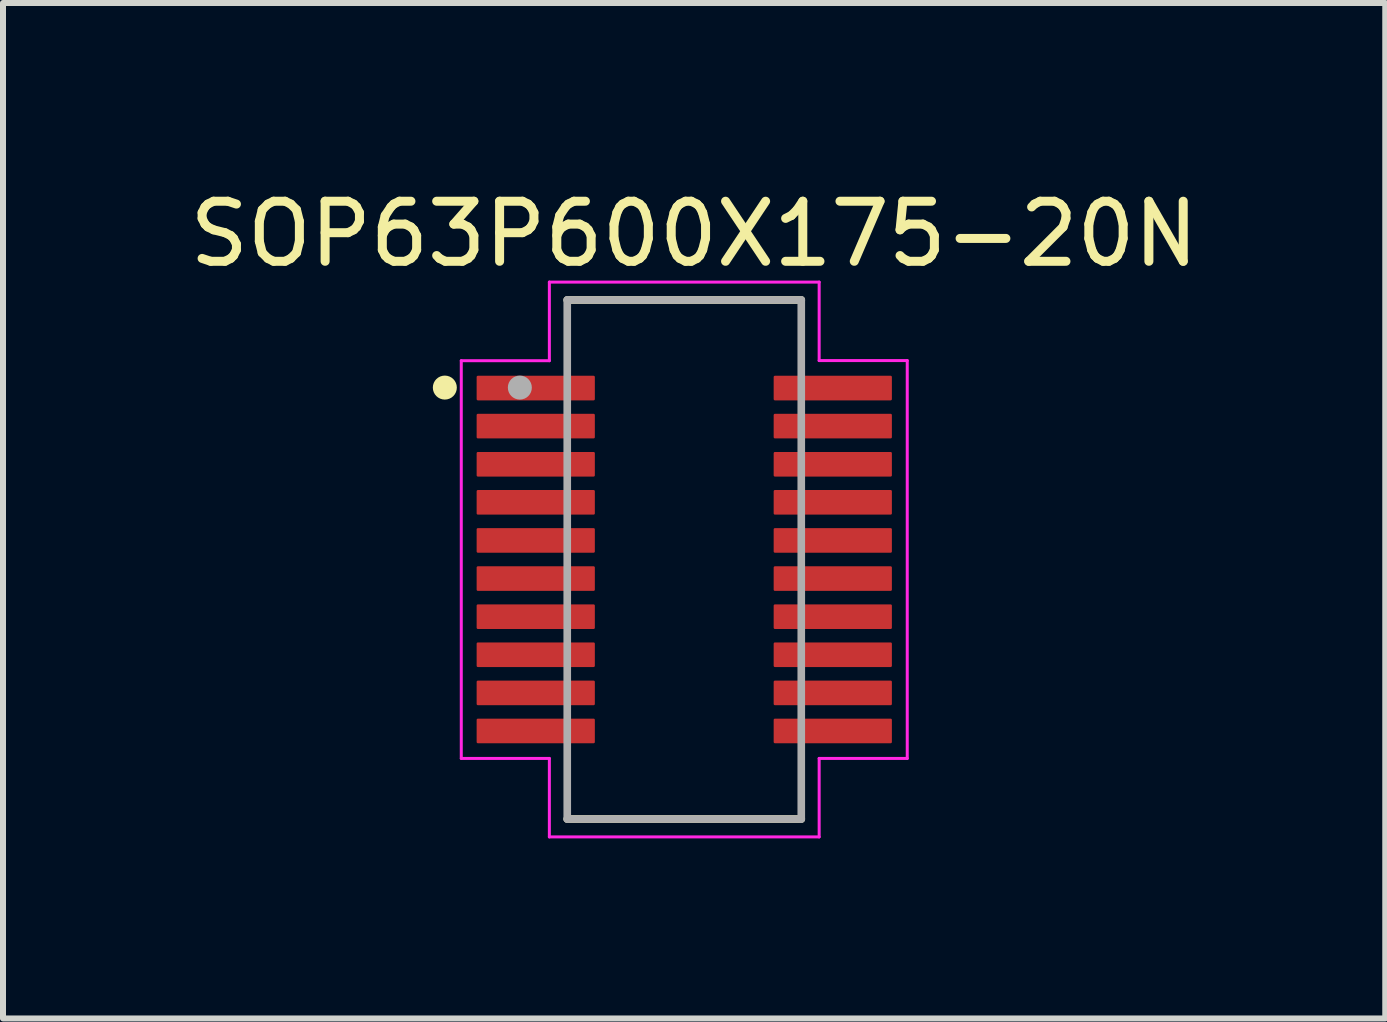
<source format=kicad_pcb>
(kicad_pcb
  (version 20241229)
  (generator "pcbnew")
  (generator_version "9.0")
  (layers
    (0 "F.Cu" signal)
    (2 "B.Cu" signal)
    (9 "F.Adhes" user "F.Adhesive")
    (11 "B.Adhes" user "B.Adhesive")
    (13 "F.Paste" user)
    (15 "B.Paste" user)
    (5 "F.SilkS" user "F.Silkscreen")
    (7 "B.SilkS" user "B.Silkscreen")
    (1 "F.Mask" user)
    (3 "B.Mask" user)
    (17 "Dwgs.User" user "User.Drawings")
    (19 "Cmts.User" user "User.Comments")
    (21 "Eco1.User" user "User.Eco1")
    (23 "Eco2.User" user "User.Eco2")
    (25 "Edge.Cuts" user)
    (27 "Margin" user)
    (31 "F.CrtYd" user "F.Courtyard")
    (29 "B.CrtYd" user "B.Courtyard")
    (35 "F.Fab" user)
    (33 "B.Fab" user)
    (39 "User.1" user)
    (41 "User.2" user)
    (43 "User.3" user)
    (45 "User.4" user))
  (footprint "SOP63P600X175-20N"
    (layer "F.Cu")
    (at 8.353 6.274)
    (property "Reference" "SOP63P600X175-20N" (at 0.164 -5.425 0) (layer "F.SilkS") (effects (font (size 1.001 1.001) (thickness 0.15))))
    (attr smd)
    (fp_line (start -1.95 -4.325) (end 1.95 -4.325) (stroke (width 0.127) (type solid)) (layer "F.SilkS"))
    (fp_line (start 1.95 4.325) (end -1.95 4.325) (stroke (width 0.127) (type solid)) (layer "F.SilkS"))
    (fp_circle (center -3.99 -2.865) (end -3.89 -2.865) (stroke (width 0.2) (type solid)) (fill no) (layer "F.SilkS"))
    (fp_line (start -3.716 -3.313) (end -2.248 -3.313) (stroke (width 0.05) (type solid)) (layer "F.CrtYd"))
    (fp_line (start -3.716 3.315) (end -3.716 -3.313) (stroke (width 0.05) (type solid)) (layer "F.CrtYd"))
    (fp_line (start -2.248 -4.623) (end 2.248 -4.623) (stroke (width 0.05) (type solid)) (layer "F.CrtYd"))
    (fp_line (start -2.248 -3.313) (end -2.248 -4.623) (stroke (width 0.05) (type solid)) (layer "F.CrtYd"))
    (fp_line (start -2.248 3.315) (end -3.716 3.315) (stroke (width 0.05) (type solid)) (layer "F.CrtYd"))
    (fp_line (start -2.248 4.623) (end -2.248 3.315) (stroke (width 0.05) (type solid)) (layer "F.CrtYd"))
    (fp_line (start 2.248 -4.623) (end 2.248 -3.315) (stroke (width 0.05) (type solid)) (layer "F.CrtYd"))
    (fp_line (start 2.248 -3.315) (end 3.716 -3.315) (stroke (width 0.05) (type solid)) (layer "F.CrtYd"))
    (fp_line (start 2.248 3.315) (end 2.248 4.623) (stroke (width 0.05) (type solid)) (layer "F.CrtYd"))
    (fp_line (start 2.248 4.623) (end -2.248 4.623) (stroke (width 0.05) (type solid)) (layer "F.CrtYd"))
    (fp_line (start 3.716 -3.315) (end 3.716 3.315) (stroke (width 0.05) (type solid)) (layer "F.CrtYd"))
    (fp_line (start 3.716 3.315) (end 2.248 3.315) (stroke (width 0.05) (type solid)) (layer "F.CrtYd"))
    (fp_line (start -1.95 -4.325) (end 1.95 -4.325) (stroke (width 0.127) (type solid)) (layer "F.Fab"))
    (fp_line (start -1.95 4.325) (end -1.95 -4.325) (stroke (width 0.127) (type solid)) (layer "F.Fab"))
    (fp_line (start 1.95 -4.325) (end 1.95 4.325) (stroke (width 0.127) (type solid)) (layer "F.Fab"))
    (fp_line (start 1.95 4.325) (end -1.95 4.325) (stroke (width 0.127) (type solid)) (layer "F.Fab"))
    (fp_circle (center -2.74 -2.865) (end -2.64 -2.865) (stroke (width 0.2) (type solid)) (fill no) (layer "F.Fab"))
    (pad "1" smd roundrect (at -2.475 -2.857) (size 1.97 0.41) (layers "F.Cu" "F.Mask" "F.Paste") (roundrect_rratio 0.05))
    (pad "2" smd roundrect (at -2.475 -2.223) (size 1.97 0.41) (layers "F.Cu" "F.Mask" "F.Paste") (roundrect_rratio 0.05))
    (pad "3" smd roundrect (at -2.475 -1.587) (size 1.97 0.41) (layers "F.Cu" "F.Mask" "F.Paste") (roundrect_rratio 0.05))
    (pad "4" smd roundrect (at -2.475 -0.953) (size 1.97 0.41) (layers "F.Cu" "F.Mask" "F.Paste") (roundrect_rratio 0.05))
    (pad "5" smd roundrect (at -2.475 -0.318) (size 1.97 0.41) (layers "F.Cu" "F.Mask" "F.Paste") (roundrect_rratio 0.05))
    (pad "6" smd roundrect (at -2.475 0.318) (size 1.97 0.41) (layers "F.Cu" "F.Mask" "F.Paste") (roundrect_rratio 0.05))
    (pad "7" smd roundrect (at -2.475 0.953) (size 1.97 0.41) (layers "F.Cu" "F.Mask" "F.Paste") (roundrect_rratio 0.05))
    (pad "8" smd roundrect (at -2.475 1.587) (size 1.97 0.41) (layers "F.Cu" "F.Mask" "F.Paste") (roundrect_rratio 0.05))
    (pad "9" smd roundrect (at -2.475 2.223) (size 1.97 0.41) (layers "F.Cu" "F.Mask" "F.Paste") (roundrect_rratio 0.05))
    (pad "10" smd roundrect (at -2.475 2.857) (size 1.97 0.41) (layers "F.Cu" "F.Mask" "F.Paste") (roundrect_rratio 0.05))
    (pad "11" smd roundrect (at 2.475 2.857) (size 1.97 0.41) (layers "F.Cu" "F.Mask" "F.Paste") (roundrect_rratio 0.05))
    (pad "12" smd roundrect (at 2.475 2.223) (size 1.97 0.41) (layers "F.Cu" "F.Mask" "F.Paste") (roundrect_rratio 0.05))
    (pad "13" smd roundrect (at 2.475 1.587) (size 1.97 0.41) (layers "F.Cu" "F.Mask" "F.Paste") (roundrect_rratio 0.05))
    (pad "14" smd roundrect (at 2.475 0.953) (size 1.97 0.41) (layers "F.Cu" "F.Mask" "F.Paste") (roundrect_rratio 0.05))
    (pad "15" smd roundrect (at 2.475 0.318) (size 1.97 0.41) (layers "F.Cu" "F.Mask" "F.Paste") (roundrect_rratio 0.05))
    (pad "16" smd roundrect (at 2.475 -0.318) (size 1.97 0.41) (layers "F.Cu" "F.Mask" "F.Paste") (roundrect_rratio 0.05))
    (pad "17" smd roundrect (at 2.475 -0.953) (size 1.97 0.41) (layers "F.Cu" "F.Mask" "F.Paste") (roundrect_rratio 0.05))
    (pad "18" smd roundrect (at 2.475 -1.587) (size 1.97 0.41) (layers "F.Cu" "F.Mask" "F.Paste") (roundrect_rratio 0.05))
    (pad "19" smd roundrect (at 2.475 -2.223) (size 1.97 0.41) (layers "F.Cu" "F.Mask" "F.Paste") (roundrect_rratio 0.05))
    (pad "20" smd roundrect (at 2.475 -2.857) (size 1.97 0.41) (layers "F.Cu" "F.Mask" "F.Paste") (roundrect_rratio 0.05)))
  (gr_rect
    (start -3 -3)
    (end 20.035 13.922)
    (stroke (width 0.1) (type default))
    (fill no)
    (layer "Edge.Cuts")))
</source>
